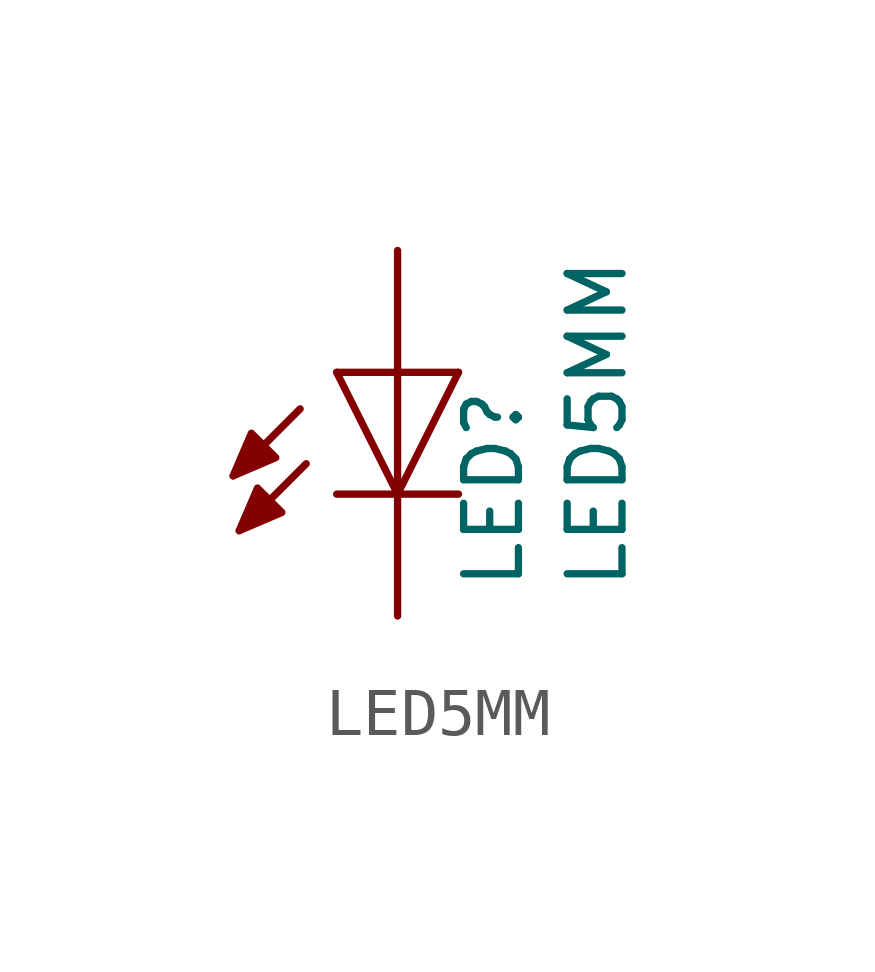
<source format=kicad_sym>
(kicad_symbol_lib
  (version 20211014)
  (generator kicad_symbol_editor)
  (symbol "LED5MM"
    (pin_numbers hide)
    (pin_names
      (offset 1.016) hide)
    (property "Reference" "LED"
      (at 2.667 -4.572 90)
      (effects (font (size 1.143 1.143)) (justify left bottom)))
    (property "Value" "LED5MM"
      (at 4.826 -4.572 90)
      (effects (font (size 1.143 1.143)) (justify left bottom)))
    (property "ki_locked" ""
      (at 0 0 0)
      (effects (font (size 1.27 1.27))))
    (symbol "LED5MM_1_0"
      (polyline (pts (xy -2.032 -0.762) (xy -3.429 -2.159)) (stroke (width 0) (type default) (color 0 0 0 0)) (fill (type none)))
      (polyline (pts (xy -1.905 -1.905) (xy -3.302 -3.302)) (stroke (width 0) (type default) (color 0 0 0 0)) (fill (type none)))
      (polyline (pts (xy 0 -2.54) (xy -1.27 -2.54)) (stroke (width 0) (type default) (color 0 0 0 0)) (fill (type none)))
      (polyline (pts (xy 0 -2.54) (xy -1.27 0)) (stroke (width 0) (type default) (color 0 0 0 0)) (fill (type none)))
      (polyline (pts (xy 0 0) (xy -1.27 0)) (stroke (width 0) (type default) (color 0 0 0 0)) (fill (type none)))
      (polyline (pts (xy 0 0) (xy 0 -2.54)) (stroke (width 0) (type default) (color 0 0 0 0)) (fill (type none)))
      (polyline (pts (xy 1.27 -2.54) (xy 0 -2.54)) (stroke (width 0) (type default) (color 0 0 0 0)) (fill (type none)))
      (polyline (pts (xy 1.27 0) (xy 0 -2.54)) (stroke (width 0) (type default) (color 0 0 0 0)) (fill (type none)))
      (polyline (pts (xy 1.27 0) (xy 0 0)) (stroke (width 0) (type default) (color 0 0 0 0)) (fill (type none))))
    (symbol "LED5MM_1_1"
      (polyline (pts (xy -3.429 -2.159) (xy -3.048 -1.27) (xy -3.048 -1.27) (xy -2.54 -1.778) (xy -2.54 -1.778) (xy -3.429 -2.159)) (stroke (width 0) (type default) (color 0 0 0 0)) (fill (type outline)))
      (polyline (pts (xy -3.302 -3.302) (xy -2.921 -2.413) (xy -2.921 -2.413) (xy -2.413 -2.921) (xy -2.413 -2.921) (xy -3.302 -3.302)) (stroke (width 0) (type default) (color 0 0 0 0)) (fill (type outline)))
      (pin passive line (at 0 2.54 270) (length 2.54) (name "A" (effects (font (size 1.016 1.016)))) (number "A" (effects (font (size 1.016 1.016)))))
      (pin passive line (at 0 -5.08 90) (length 2.54) (name "C" (effects (font (size 1.016 1.016)))) (number "K" (effects (font (size 1.016 1.016))))))))
</source>
